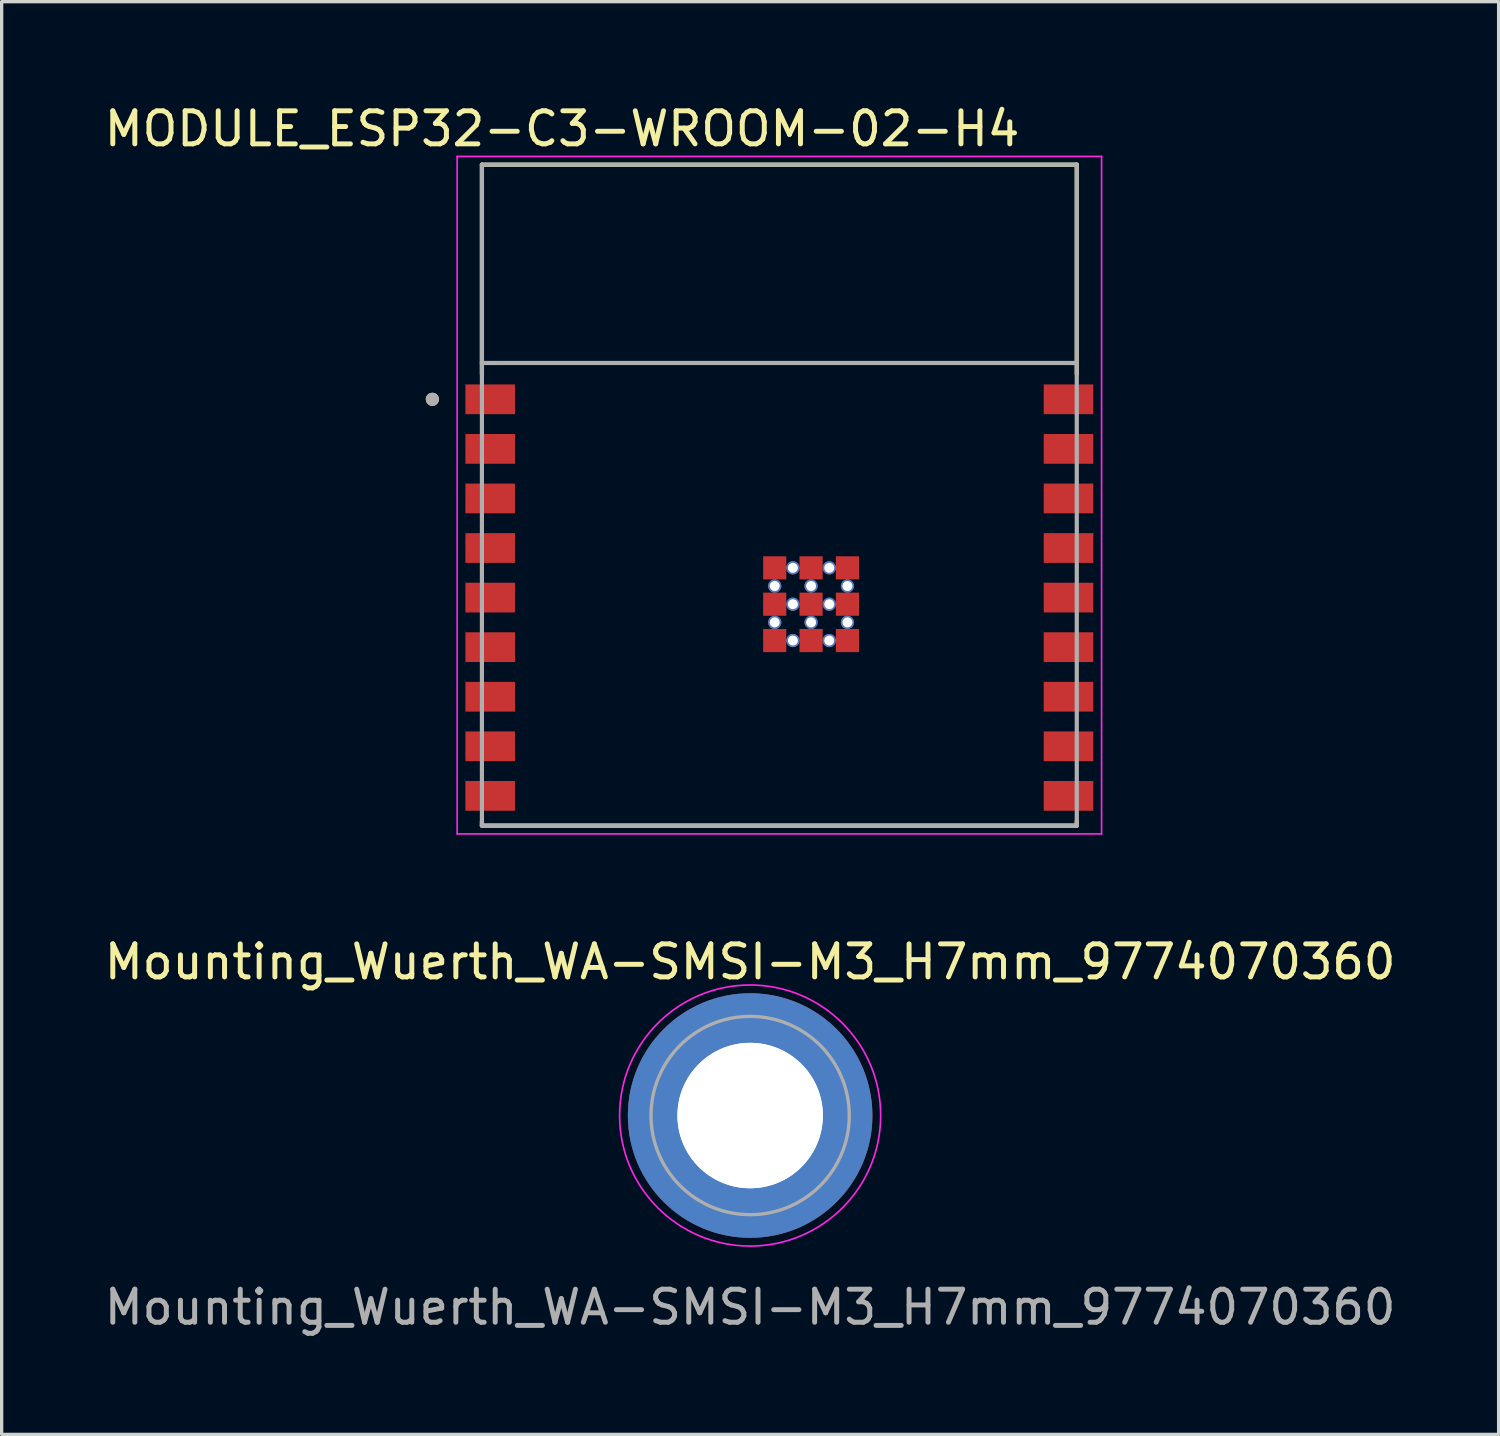
<source format=kicad_pcb>
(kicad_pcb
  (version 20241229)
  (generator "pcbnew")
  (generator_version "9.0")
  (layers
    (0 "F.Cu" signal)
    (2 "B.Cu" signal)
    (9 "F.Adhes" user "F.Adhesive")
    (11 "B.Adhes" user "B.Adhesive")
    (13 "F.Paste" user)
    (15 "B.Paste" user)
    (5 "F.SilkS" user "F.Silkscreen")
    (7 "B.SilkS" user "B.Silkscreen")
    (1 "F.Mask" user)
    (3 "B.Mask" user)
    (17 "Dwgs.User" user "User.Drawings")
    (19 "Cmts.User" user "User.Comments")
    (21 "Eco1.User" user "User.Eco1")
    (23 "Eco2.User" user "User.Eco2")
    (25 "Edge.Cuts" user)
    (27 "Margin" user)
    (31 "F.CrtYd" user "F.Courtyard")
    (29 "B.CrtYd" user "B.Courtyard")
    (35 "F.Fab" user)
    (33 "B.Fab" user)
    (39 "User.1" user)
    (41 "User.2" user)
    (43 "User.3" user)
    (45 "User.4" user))
  (footprint "Mounting_Wuerth_WA-SMSI-M3_H7mm_9774070360"
    (layer "F.Cu")
    (at 19.649 30.706)
    (property "Reference" "Mounting_Wuerth_WA-SMSI-M3_H7mm_9774070360" (at 0 -4.65 0) (layer "F.SilkS") (effects (font (size 1 1) (thickness 0.15))))
    (attr smd)
    (fp_circle (center 0 0) (end 3.95 0) (stroke (width 0.05) (type solid)) (fill no) (layer "F.CrtYd"))
    (fp_circle (center 0 0) (end 3 0) (stroke (width 0.1) (type solid)) (fill no) (layer "F.Fab"))
    (fp_text user "${REFERENCE}" (at 0 5.8 0) (layer "F.Fab") (effects (font (size 1 1) (thickness 0.15))))
    (pad "" smd custom (at -2.058 -2.058) (size 0.7 0.7) (layers "F.Paste") (options (anchor circle)) (primitives (gr_arc (start -0.377294 1.707681) (mid 0.317578 0.318818) (end 1.705945 -0.377044) (width 0.2)) (gr_arc (start -0.478281 1.707681) (mid 0.244583 0.250396) (end 1.699539 -0.477144) (width 0.2)) (gr_arc (start -0.579192 1.707681) (mid 0.175491 0.178063) (end 1.704076 -0.578711) (width 0.2)) (gr_arc (start -0.680037 1.707681) (mid 0.105568 0.106564) (end 1.706283 -0.679858) (width 0.2)) (gr_arc (start -0.780822 1.707681) (mid 0.032863 0.037851) (end 1.700682 -0.77995) (width 0.2)) (gr_arc (start -0.881554 1.707681) (mid -0.039342 -0.031361) (end 1.696476 -0.880199) (width 0.2)) (gr_arc (start -0.982237 1.707681) (mid -0.109168 -0.10296) (end 1.69896 -0.98122) (width 0.2)) (gr_arc (start -1.082877 1.707681) (mid -0.178372 -0.175181) (end 1.703196 -1.082374) (width 0.2)) (gr_arc (start -1.183476 1.707681) (mid -0.252978 -0.24198) (end 1.692222 -1.181768) (width 0.2)) (gr_arc (start -1.28404 1.707681) (mid -0.319064 -0.317332) (end 1.705245 -1.283783) (width 0.2)) (gr_line (start 1.708 -0.377) (end 1.708 -1.284) (width 0.2)) (gr_line (start -0.377 1.708) (end -1.284 1.708) (width 0.2))))
    (pad "" smd custom (at -2.058 2.058) (size 0.7 0.7) (layers "F.Paste") (options (anchor circle)) (primitives (gr_arc (start 1.707681 0.377294) (mid 0.318818 -0.317578) (end -0.377044 -1.705945) (width 0.2)) (gr_arc (start 1.707681 0.478281) (mid 0.250396 -0.244583) (end -0.477144 -1.699539) (width 0.2)) (gr_arc (start 1.707681 0.579192) (mid 0.178063 -0.175491) (end -0.578711 -1.704076) (width 0.2)) (gr_arc (start 1.707681 0.680037) (mid 0.106564 -0.105568) (end -0.679858 -1.706283) (width 0.2)) (gr_arc (start 1.707681 0.780822) (mid 0.036085 -0.034626) (end -0.780569 -1.705633) (width 0.2)) (gr_arc (start 1.707681 0.881554) (mid -0.031361 0.039342) (end -0.880199 -1.696476) (width 0.2)) (gr_arc (start 1.707681 0.982237) (mid -0.10485 0.107282) (end -0.981842 -1.704264) (width 0.2)) (gr_arc (start 1.707681 1.082877) (mid -0.175181 0.178372) (end -1.082374 -1.703196) (width 0.2)) (gr_arc (start 1.707681 1.183476) (mid -0.24198 0.252978) (end -1.181768 -1.692222) (width 0.2)) (gr_arc (start 1.707681 1.28404) (mid -0.315258 0.321134) (end -1.283164 -1.699417) (width 0.2)) (gr_line (start -0.377 -1.708) (end -1.284 -1.708) (width 0.2)) (gr_line (start 1.708 0.377) (end 1.708 1.284) (width 0.2))))
    (pad "" np_thru_hole circle (at 0 0) (size 4.4 4.4) (drill 4.4) (layers "*.Cu" "*.Mask"))
    (pad "" smd custom (at 2.058 -2.058) (size 0.7 0.7) (layers "F.Paste") (options (anchor circle)) (primitives (gr_arc (start -1.707681 -0.377294) (mid -0.318817 0.317579) (end 0.377044 1.705947) (width 0.2)) (gr_arc (start -1.707681 -0.478281) (mid -0.248815 0.24616) (end 0.477764 1.703961) (width 0.2)) (gr_arc (start -1.707681 -0.579192) (mid -0.179707 0.173851) (end 0.57809 1.699473) (width 0.2)) (gr_arc (start -1.707681 -0.680037) (mid -0.108269 0.103866) (end 0.67924 1.701505) (width 0.2)) (gr_arc (start -1.707681 -0.780822) (mid -0.037851 0.032864) (end 0.779949 1.700682) (width 0.2)) (gr_arc (start -1.707681 -0.881554) (mid 0.031361 -0.039342) (end 0.880199 1.696476) (width 0.2)) (gr_arc (start -1.707681 -0.982237) (mid 0.10296 -0.109168) (end 0.981221 1.69896) (width 0.2)) (gr_arc (start -1.707681 -1.082877) (mid 0.173229 -0.18032) (end 1.081751 1.697717) (width 0.2)) (gr_arc (start -1.707681 -1.183476) (mid 0.24198 -0.252978) (end 1.181768 1.692222) (width 0.2)) (gr_arc (start -1.707681 -1.28404) (mid 0.317331 -0.319063) (end 1.283782 1.705246) (width 0.2)) (gr_line (start 0.377 1.708) (end 1.284 1.708) (width 0.2)) (gr_line (start -1.708 -0.377) (end -1.708 -1.284) (width 0.2))))
    (pad "" smd custom (at 2.058 2.058) (size 0.7 0.7) (layers "F.Paste") (options (anchor circle)) (primitives (gr_arc (start 0.377294 -1.707681) (mid -0.317579 -0.318817) (end -1.705947 0.377044) (width 0.2)) (gr_arc (start 0.478281 -1.707681) (mid -0.24616 -0.248815) (end -1.703961 0.477764) (width 0.2)) (gr_arc (start 0.579192 -1.707681) (mid -0.173851 -0.179707) (end -1.699473 0.57809) (width 0.2)) (gr_arc (start 0.680037 -1.707681) (mid -0.103866 -0.108269) (end -1.701505 0.67924) (width 0.2)) (gr_arc (start 0.780822 -1.707681) (mid -0.032864 -0.037851) (end -1.700682 0.779949) (width 0.2)) (gr_arc (start 0.881554 -1.707681) (mid 0.039342 0.031361) (end -1.696476 0.880199) (width 0.2)) (gr_arc (start 0.982237 -1.707681) (mid 0.109168 0.10296) (end -1.69896 0.981221) (width 0.2)) (gr_arc (start 1.082877 -1.707681) (mid 0.18032 0.173229) (end -1.697717 1.081751) (width 0.2)) (gr_arc (start 1.183476 -1.707681) (mid 0.252978 0.24198) (end -1.692222 1.181768) (width 0.2)) (gr_arc (start 1.28404 -1.707681) (mid 0.319063 0.317331) (end -1.705246 1.283782) (width 0.2)) (gr_line (start -1.708 0.377) (end -1.708 1.284) (width 0.2)) (gr_line (start 0.377 -1.708) (end 1.284 -1.708) (width 0.2))))
    (pad "1" thru_hole circle (at 0 0) (size 7.4 7.4) (drill 4.4) (layers "*.Cu" "*.Mask")))
  (footprint "MODULE_ESP32-C3-WROOM-02-H4"
    (layer "F.Cu")
    (at 20.533 11.933)
    (property "Reference" "MODULE_ESP32-C3-WROOM-02-H4" (at -6.575 -11.085 0) (layer "F.SilkS") (effects (font (size 1 1) (thickness 0.15))))
    (attr through_hole)
    (fp_line (start -9 -10) (end -9 -3.67) (stroke (width 0.127) (type solid)) (layer "F.SilkS"))
    (fp_line (start -9 10) (end -9 9.87) (stroke (width 0.127) (type solid)) (layer "F.SilkS"))
    (fp_line (start -9 10) (end 9 10) (stroke (width 0.127) (type solid)) (layer "F.SilkS"))
    (fp_line (start 9 -10) (end -9 -10) (stroke (width 0.127) (type solid)) (layer "F.SilkS"))
    (fp_line (start 9 -3.67) (end 9 -10) (stroke (width 0.127) (type solid)) (layer "F.SilkS"))
    (fp_line (start 9 10) (end 9 9.87) (stroke (width 0.127) (type solid)) (layer "F.SilkS"))
    (fp_circle (center -10.5 -2.9) (end -10.4 -2.9) (stroke (width 0.2) (type solid)) (fill no) (layer "F.SilkS"))
    (fp_line (start -9.75 -10.25) (end -9.75 10.25) (stroke (width 0.05) (type solid)) (layer "F.CrtYd"))
    (fp_line (start -9.75 10.25) (end 9.75 10.25) (stroke (width 0.05) (type solid)) (layer "F.CrtYd"))
    (fp_line (start 9.75 -10.25) (end -9.75 -10.25) (stroke (width 0.05) (type solid)) (layer "F.CrtYd"))
    (fp_line (start 9.75 10.25) (end 9.75 -10.25) (stroke (width 0.05) (type solid)) (layer "F.CrtYd"))
    (fp_line (start -9 -10) (end -9 -4) (stroke (width 0.127) (type solid)) (layer "F.Fab"))
    (fp_line (start -9 -4) (end -9 10) (stroke (width 0.127) (type solid)) (layer "F.Fab"))
    (fp_line (start -9 10) (end 9 10) (stroke (width 0.127) (type solid)) (layer "F.Fab"))
    (fp_line (start 9 -10) (end -9 -10) (stroke (width 0.127) (type solid)) (layer "F.Fab"))
    (fp_line (start 9 -4) (end -9 -4) (stroke (width 0.127) (type solid)) (layer "F.Fab"))
    (fp_line (start 9 -4) (end 9 -10) (stroke (width 0.127) (type solid)) (layer "F.Fab"))
    (fp_line (start 9 10) (end 9 -4) (stroke (width 0.127) (type solid)) (layer "F.Fab"))
    (fp_circle (center -10.5 -2.9) (end -10.4 -2.9) (stroke (width 0.2) (type solid)) (fill no) (layer "F.Fab"))
    (pad "1" smd rect (at -8.75 -2.9) (size 1.5 0.9) (layers "F.Cu" "F.Mask" "F.Paste"))
    (pad "2" smd rect (at -8.75 -1.4) (size 1.5 0.9) (layers "F.Cu" "F.Mask" "F.Paste"))
    (pad "3" smd rect (at -8.75 0.1) (size 1.5 0.9) (layers "F.Cu" "F.Mask" "F.Paste"))
    (pad "4" smd rect (at -8.75 1.6) (size 1.5 0.9) (layers "F.Cu" "F.Mask" "F.Paste"))
    (pad "5" smd rect (at -8.75 3.1) (size 1.5 0.9) (layers "F.Cu" "F.Mask" "F.Paste"))
    (pad "6" smd rect (at -8.75 4.6) (size 1.5 0.9) (layers "F.Cu" "F.Mask" "F.Paste"))
    (pad "7" smd rect (at -8.75 6.1) (size 1.5 0.9) (layers "F.Cu" "F.Mask" "F.Paste"))
    (pad "8" smd rect (at -8.75 7.6) (size 1.5 0.9) (layers "F.Cu" "F.Mask" "F.Paste"))
    (pad "9" smd rect (at -8.75 9.1) (size 1.5 0.9) (layers "F.Cu" "F.Mask" "F.Paste"))
    (pad "10" smd rect (at 8.75 9.1) (size 1.5 0.9) (layers "F.Cu" "F.Mask" "F.Paste"))
    (pad "11" smd rect (at 8.75 7.6) (size 1.5 0.9) (layers "F.Cu" "F.Mask" "F.Paste"))
    (pad "12" smd rect (at 8.75 6.1) (size 1.5 0.9) (layers "F.Cu" "F.Mask" "F.Paste"))
    (pad "13" smd rect (at 8.75 4.6) (size 1.5 0.9) (layers "F.Cu" "F.Mask" "F.Paste"))
    (pad "14" smd rect (at 8.75 3.1) (size 1.5 0.9) (layers "F.Cu" "F.Mask" "F.Paste"))
    (pad "15" smd rect (at 8.75 1.6) (size 1.5 0.9) (layers "F.Cu" "F.Mask" "F.Paste"))
    (pad "16" smd rect (at 8.75 0.1) (size 1.5 0.9) (layers "F.Cu" "F.Mask" "F.Paste"))
    (pad "17" smd rect (at 8.75 -1.4) (size 1.5 0.9) (layers "F.Cu" "F.Mask" "F.Paste"))
    (pad "18" smd rect (at 8.75 -2.9) (size 1.5 0.9) (layers "F.Cu" "F.Mask" "F.Paste"))
    (pad "19" smd rect (at -0.14 2.2) (size 0.7 0.7) (layers "F.Cu" "F.Mask" "F.Paste"))
    (pad "20" smd rect (at 0.96 2.2) (size 0.7 0.7) (layers "F.Cu" "F.Mask" "F.Paste"))
    (pad "21" smd rect (at 2.06 2.2) (size 0.7 0.7) (layers "F.Cu" "F.Mask" "F.Paste"))
    (pad "22" smd rect (at -0.14 3.3) (size 0.7 0.7) (layers "F.Cu" "F.Mask" "F.Paste"))
    (pad "23" smd rect (at 0.96 3.3) (size 0.7 0.7) (layers "F.Cu" "F.Mask" "F.Paste"))
    (pad "24" smd rect (at 2.06 3.3) (size 0.7 0.7) (layers "F.Cu" "F.Mask" "F.Paste"))
    (pad "25" smd rect (at -0.14 4.4) (size 0.7 0.7) (layers "F.Cu" "F.Mask" "F.Paste"))
    (pad "26" smd rect (at 0.96 4.4) (size 0.7 0.7) (layers "F.Cu" "F.Mask" "F.Paste"))
    (pad "27" smd rect (at 2.06 4.4) (size 0.7 0.7) (layers "F.Cu" "F.Mask" "F.Paste"))
    (pad "28" thru_hole circle (at 0.41 2.2) (size 0.4 0.4) (drill 0.3) (layers "*.Cu"))
    (pad "29" thru_hole circle (at 1.51 2.2) (size 0.4 0.4) (drill 0.3) (layers "*.Cu"))
    (pad "30" thru_hole circle (at -0.14 2.75) (size 0.4 0.4) (drill 0.3) (layers "*.Cu"))
    (pad "31" thru_hole circle (at 0.96 2.75) (size 0.4 0.4) (drill 0.3) (layers "*.Cu"))
    (pad "32" thru_hole circle (at 2.06 2.75) (size 0.4 0.4) (drill 0.3) (layers "*.Cu"))
    (pad "33" thru_hole circle (at 0.41 3.3) (size 0.4 0.4) (drill 0.3) (layers "*.Cu"))
    (pad "34" thru_hole circle (at 1.51 3.3) (size 0.4 0.4) (drill 0.3) (layers "*.Cu"))
    (pad "35" thru_hole circle (at -0.14 3.85) (size 0.4 0.4) (drill 0.3) (layers "*.Cu"))
    (pad "36" thru_hole circle (at 0.96 3.85) (size 0.4 0.4) (drill 0.3) (layers "*.Cu"))
    (pad "37" thru_hole circle (at 2.06 3.85) (size 0.4 0.4) (drill 0.3) (layers "*.Cu"))
    (pad "38" thru_hole circle (at 0.41 4.4) (size 0.4 0.4) (drill 0.3) (layers "*.Cu"))
    (pad "39" thru_hole circle (at 1.51 4.4) (size 0.4 0.4) (drill 0.3) (layers "*.Cu"))
    (zone (net_name "") (layer "F.Cu") (hatch full 0.508) (connect_pads) (min_thickness 0.01) (filled_areas_thickness no) (keepout (tracks not_allowed) (vias not_allowed) (pads not_allowed) (copperpour not_allowed) (footprints allowed)) (placement (enabled no)) (fill) (polygon (pts (xy 11.533 1.933) (xy 29.533 1.933) (xy 29.533 7.933) (xy 11.533 7.933))))
    (zone (net_name "") (layers "F.Cu" "B.Cu") (hatch full 0.508) (connect_pads) (min_thickness 0.01) (filled_areas_thickness no) (keepout (tracks allowed) (vias not_allowed) (pads allowed) (copperpour allowed) (footprints allowed)) (placement (enabled no)) (fill) (polygon (pts (xy 11.533 1.933) (xy 29.533 1.933) (xy 29.533 7.933) (xy 11.533 7.933))))
    (zone (net_name "") (layer "B.Cu") (hatch full 0.508) (connect_pads) (min_thickness 0.01) (filled_areas_thickness no) (keepout (tracks not_allowed) (vias not_allowed) (pads not_allowed) (copperpour not_allowed) (footprints allowed)) (placement (enabled no)) (fill) (polygon (pts (xy 11.533 1.933) (xy 29.533 1.933) (xy 29.533 7.933) (xy 11.533 7.933)))))
  (gr_rect
    (start -3 -3)
    (end 42.298 40.355)
    (stroke (width 0.1) (type default))
    (fill no)
    (layer "Edge.Cuts")))
</source>
